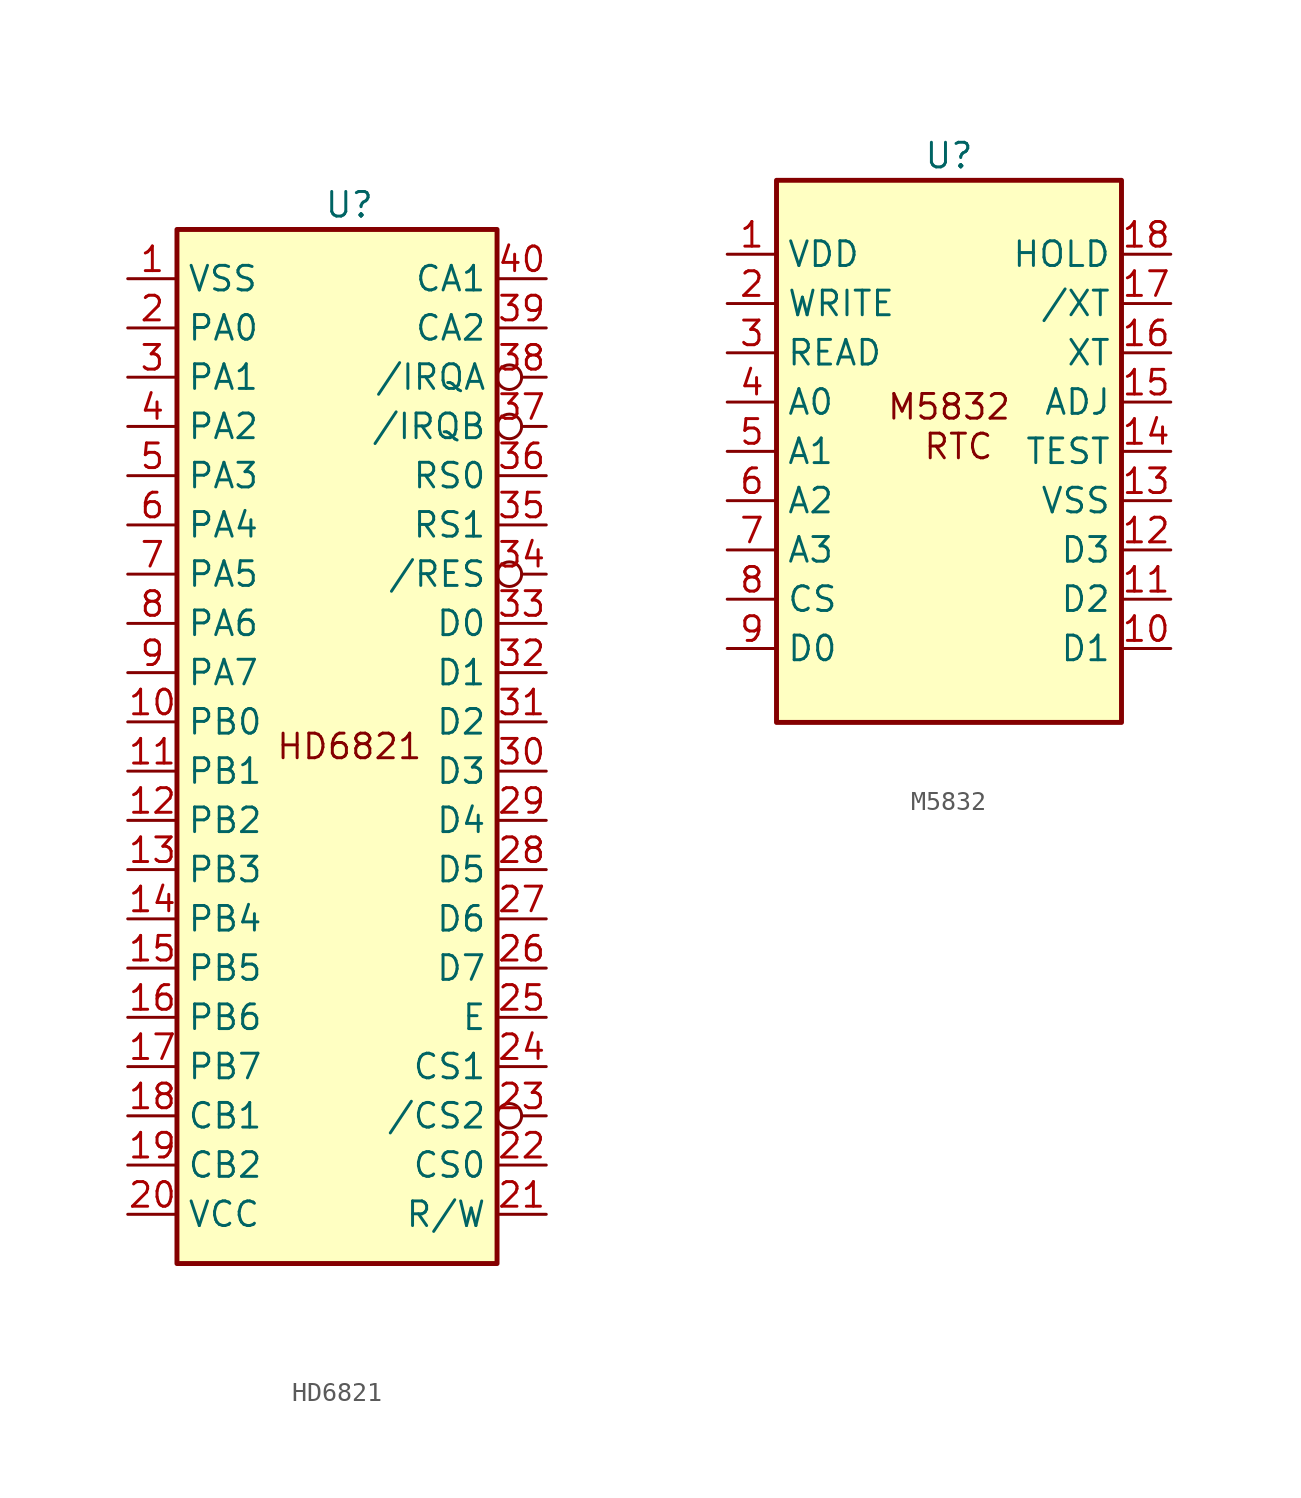
<source format=kicad_sym>
(kicad_symbol_lib
  (version 20220914)
  (generator kicad_symbol_editor)
  (symbol "HD6821"
    (property "Reference" "U"
      (at 0 27.94 0)
      (effects (font (size 1.27 1.27))))
    (property "Value" ""
      (at 0 -7.62 0)
      (effects (font (size 1.27 1.27))))
    (symbol "HD6821_0_1"
      (rectangle (start -8.89 26.67) (end 7.62 -26.67) (stroke (width 0.254) (type default)) (fill (type background))))
    (symbol "HD6821_1_1"
      (text "HD6821" (at 0 0 0) (effects (font (size 1.27 1.27))))
      (pin power_in line (at -11.43 24.13 0) (length 2.54) (name "VSS" (effects (font (size 1.27 1.27)))) (number "1" (effects (font (size 1.27 1.27)))))
      (pin input line (at -11.43 1.27 0) (length 2.54) (name "PB0" (effects (font (size 1.27 1.27)))) (number "10" (effects (font (size 1.27 1.27)))))
      (pin input line (at -11.43 -1.27 0) (length 2.54) (name "PB1" (effects (font (size 1.27 1.27)))) (number "11" (effects (font (size 1.27 1.27)))))
      (pin input line (at -11.43 -3.81 0) (length 2.54) (name "PB2" (effects (font (size 1.27 1.27)))) (number "12" (effects (font (size 1.27 1.27)))))
      (pin input line (at -11.43 -6.35 0) (length 2.54) (name "PB3" (effects (font (size 1.27 1.27)))) (number "13" (effects (font (size 1.27 1.27)))))
      (pin input line (at -11.43 -8.89 0) (length 2.54) (name "PB4" (effects (font (size 1.27 1.27)))) (number "14" (effects (font (size 1.27 1.27)))))
      (pin input line (at -11.43 -11.43 0) (length 2.54) (name "PB5" (effects (font (size 1.27 1.27)))) (number "15" (effects (font (size 1.27 1.27)))))
      (pin input line (at -11.43 -13.97 0) (length 2.54) (name "PB6" (effects (font (size 1.27 1.27)))) (number "16" (effects (font (size 1.27 1.27)))))
      (pin input line (at -11.43 -16.51 0) (length 2.54) (name "PB7" (effects (font (size 1.27 1.27)))) (number "17" (effects (font (size 1.27 1.27)))))
      (pin input line (at -11.43 -19.05 0) (length 2.54) (name "CB1" (effects (font (size 1.27 1.27)))) (number "18" (effects (font (size 1.27 1.27)))))
      (pin input line (at -11.43 -21.59 0) (length 2.54) (name "CB2" (effects (font (size 1.27 1.27)))) (number "19" (effects (font (size 1.27 1.27)))))
      (pin input line (at -11.43 21.59 0) (length 2.54) (name "PA0" (effects (font (size 1.27 1.27)))) (number "2" (effects (font (size 1.27 1.27)))))
      (pin power_in line (at -11.43 -24.13 0) (length 2.54) (name "VCC" (effects (font (size 1.27 1.27)))) (number "20" (effects (font (size 1.27 1.27)))))
      (pin input line (at 10.16 -24.13 180) (length 2.54) (name "R/W" (effects (font (size 1.27 1.27)))) (number "21" (effects (font (size 1.27 1.27)))))
      (pin input line (at 10.16 -21.59 180) (length 2.54) (name "CS0" (effects (font (size 1.27 1.27)))) (number "22" (effects (font (size 1.27 1.27)))))
      (pin input inverted (at 10.16 -19.05 180) (length 2.54) (name "/CS2" (effects (font (size 1.27 1.27)))) (number "23" (effects (font (size 1.27 1.27)))))
      (pin input line (at 10.16 -16.51 180) (length 2.54) (name "CS1" (effects (font (size 1.27 1.27)))) (number "24" (effects (font (size 1.27 1.27)))))
      (pin input line (at 10.16 -13.97 180) (length 2.54) (name "E" (effects (font (size 1.27 1.27)))) (number "25" (effects (font (size 1.27 1.27)))))
      (pin input line (at 10.16 -11.43 180) (length 2.54) (name "D7" (effects (font (size 1.27 1.27)))) (number "26" (effects (font (size 1.27 1.27)))))
      (pin input line (at 10.16 -8.89 180) (length 2.54) (name "D6" (effects (font (size 1.27 1.27)))) (number "27" (effects (font (size 1.27 1.27)))))
      (pin input line (at 10.16 -6.35 180) (length 2.54) (name "D5" (effects (font (size 1.27 1.27)))) (number "28" (effects (font (size 1.27 1.27)))))
      (pin input line (at 10.16 -3.81 180) (length 2.54) (name "D4" (effects (font (size 1.27 1.27)))) (number "29" (effects (font (size 1.27 1.27)))))
      (pin input line (at -11.43 19.05 0) (length 2.54) (name "PA1" (effects (font (size 1.27 1.27)))) (number "3" (effects (font (size 1.27 1.27)))))
      (pin input line (at 10.16 -1.27 180) (length 2.54) (name "D3" (effects (font (size 1.27 1.27)))) (number "30" (effects (font (size 1.27 1.27)))))
      (pin input line (at 10.16 1.27 180) (length 2.54) (name "D2" (effects (font (size 1.27 1.27)))) (number "31" (effects (font (size 1.27 1.27)))))
      (pin input line (at 10.16 3.81 180) (length 2.54) (name "D1" (effects (font (size 1.27 1.27)))) (number "32" (effects (font (size 1.27 1.27)))))
      (pin input line (at 10.16 6.35 180) (length 2.54) (name "D0" (effects (font (size 1.27 1.27)))) (number "33" (effects (font (size 1.27 1.27)))))
      (pin input inverted (at 10.16 8.89 180) (length 2.54) (name "/RES" (effects (font (size 1.27 1.27)))) (number "34" (effects (font (size 1.27 1.27)))))
      (pin input line (at 10.16 11.43 180) (length 2.54) (name "RS1" (effects (font (size 1.27 1.27)))) (number "35" (effects (font (size 1.27 1.27)))))
      (pin input line (at 10.16 13.97 180) (length 2.54) (name "RS0" (effects (font (size 1.27 1.27)))) (number "36" (effects (font (size 1.27 1.27)))))
      (pin input inverted (at 10.16 16.51 180) (length 2.54) (name "/IRQB" (effects (font (size 1.27 1.27)))) (number "37" (effects (font (size 1.27 1.27)))))
      (pin input inverted (at 10.16 19.05 180) (length 2.54) (name "/IRQA" (effects (font (size 1.27 1.27)))) (number "38" (effects (font (size 1.27 1.27)))))
      (pin input line (at 10.16 21.59 180) (length 2.54) (name "CA2" (effects (font (size 1.27 1.27)))) (number "39" (effects (font (size 1.27 1.27)))))
      (pin input line (at -11.43 16.51 0) (length 2.54) (name "PA2" (effects (font (size 1.27 1.27)))) (number "4" (effects (font (size 1.27 1.27)))))
      (pin input line (at 10.16 24.13 180) (length 2.54) (name "CA1" (effects (font (size 1.27 1.27)))) (number "40" (effects (font (size 1.27 1.27)))))
      (pin input line (at -11.43 13.97 0) (length 2.54) (name "PA3" (effects (font (size 1.27 1.27)))) (number "5" (effects (font (size 1.27 1.27)))))
      (pin input line (at -11.43 11.43 0) (length 2.54) (name "PA4" (effects (font (size 1.27 1.27)))) (number "6" (effects (font (size 1.27 1.27)))))
      (pin input line (at -11.43 8.89 0) (length 2.54) (name "PA5" (effects (font (size 1.27 1.27)))) (number "7" (effects (font (size 1.27 1.27)))))
      (pin input line (at -11.43 6.35 0) (length 2.54) (name "PA6" (effects (font (size 1.27 1.27)))) (number "8" (effects (font (size 1.27 1.27)))))
      (pin input line (at -11.43 3.81 0) (length 2.54) (name "PA7" (effects (font (size 1.27 1.27)))) (number "9" (effects (font (size 1.27 1.27)))))))
  (symbol "M5832"
    (property "Reference" "U"
      (at 0 13.97 0)
      (effects (font (size 1.27 1.27))))
    (property "Value" ""
      (at 0 -3.81 0)
      (effects (font (size 1.27 1.27))))
    (symbol "M5832_0_1"
      (rectangle (start -8.89 12.7) (end 8.89 -15.24) (stroke (width 0.254) (type default)) (fill (type background))))
    (symbol "M5832_1_1"
      (text "M5832\n RTC\n" (at 0 0 0) (effects (font (size 1.27 1.27))))
      (pin power_in line (at -11.43 8.89 0) (length 2.54) (name "VDD" (effects (font (size 1.27 1.27)))) (number "1" (effects (font (size 1.27 1.27)))))
      (pin input line (at 11.43 -11.43 180) (length 2.54) (name "D1" (effects (font (size 1.27 1.27)))) (number "10" (effects (font (size 1.27 1.27)))))
      (pin input line (at 11.43 -8.89 180) (length 2.54) (name "D2" (effects (font (size 1.27 1.27)))) (number "11" (effects (font (size 1.27 1.27)))))
      (pin input line (at 11.43 -6.35 180) (length 2.54) (name "D3" (effects (font (size 1.27 1.27)))) (number "12" (effects (font (size 1.27 1.27)))))
      (pin power_in line (at 11.43 -3.81 180) (length 2.54) (name "VSS" (effects (font (size 1.27 1.27)))) (number "13" (effects (font (size 1.27 1.27)))))
      (pin input line (at 11.43 -1.27 180) (length 2.54) (name "TEST" (effects (font (size 1.27 1.27)))) (number "14" (effects (font (size 1.27 1.27)))))
      (pin input line (at 11.43 1.27 180) (length 2.54) (name "ADJ" (effects (font (size 1.27 1.27)))) (number "15" (effects (font (size 1.27 1.27)))))
      (pin input line (at 11.43 3.81 180) (length 2.54) (name "XT" (effects (font (size 1.27 1.27)))) (number "16" (effects (font (size 1.27 1.27)))))
      (pin input line (at 11.43 6.35 180) (length 2.54) (name "/XT" (effects (font (size 1.27 1.27)))) (number "17" (effects (font (size 1.27 1.27)))))
      (pin input line (at 11.43 8.89 180) (length 2.54) (name "HOLD" (effects (font (size 1.27 1.27)))) (number "18" (effects (font (size 1.27 1.27)))))
      (pin input line (at -11.43 6.35 0) (length 2.54) (name "WRITE" (effects (font (size 1.27 1.27)))) (number "2" (effects (font (size 1.27 1.27)))))
      (pin input line (at -11.43 3.81 0) (length 2.54) (name "READ" (effects (font (size 1.27 1.27)))) (number "3" (effects (font (size 1.27 1.27)))))
      (pin input line (at -11.43 1.27 0) (length 2.54) (name "A0" (effects (font (size 1.27 1.27)))) (number "4" (effects (font (size 1.27 1.27)))))
      (pin input line (at -11.43 -1.27 0) (length 2.54) (name "A1" (effects (font (size 1.27 1.27)))) (number "5" (effects (font (size 1.27 1.27)))))
      (pin input line (at -11.43 -3.81 0) (length 2.54) (name "A2" (effects (font (size 1.27 1.27)))) (number "6" (effects (font (size 1.27 1.27)))))
      (pin input line (at -11.43 -6.35 0) (length 2.54) (name "A3" (effects (font (size 1.27 1.27)))) (number "7" (effects (font (size 1.27 1.27)))))
      (pin input line (at -11.43 -8.89 0) (length 2.54) (name "CS" (effects (font (size 1.27 1.27)))) (number "8" (effects (font (size 1.27 1.27)))))
      (pin input line (at -11.43 -11.43 0) (length 2.54) (name "D0" (effects (font (size 1.27 1.27)))) (number "9" (effects (font (size 1.27 1.27))))))))
</source>
